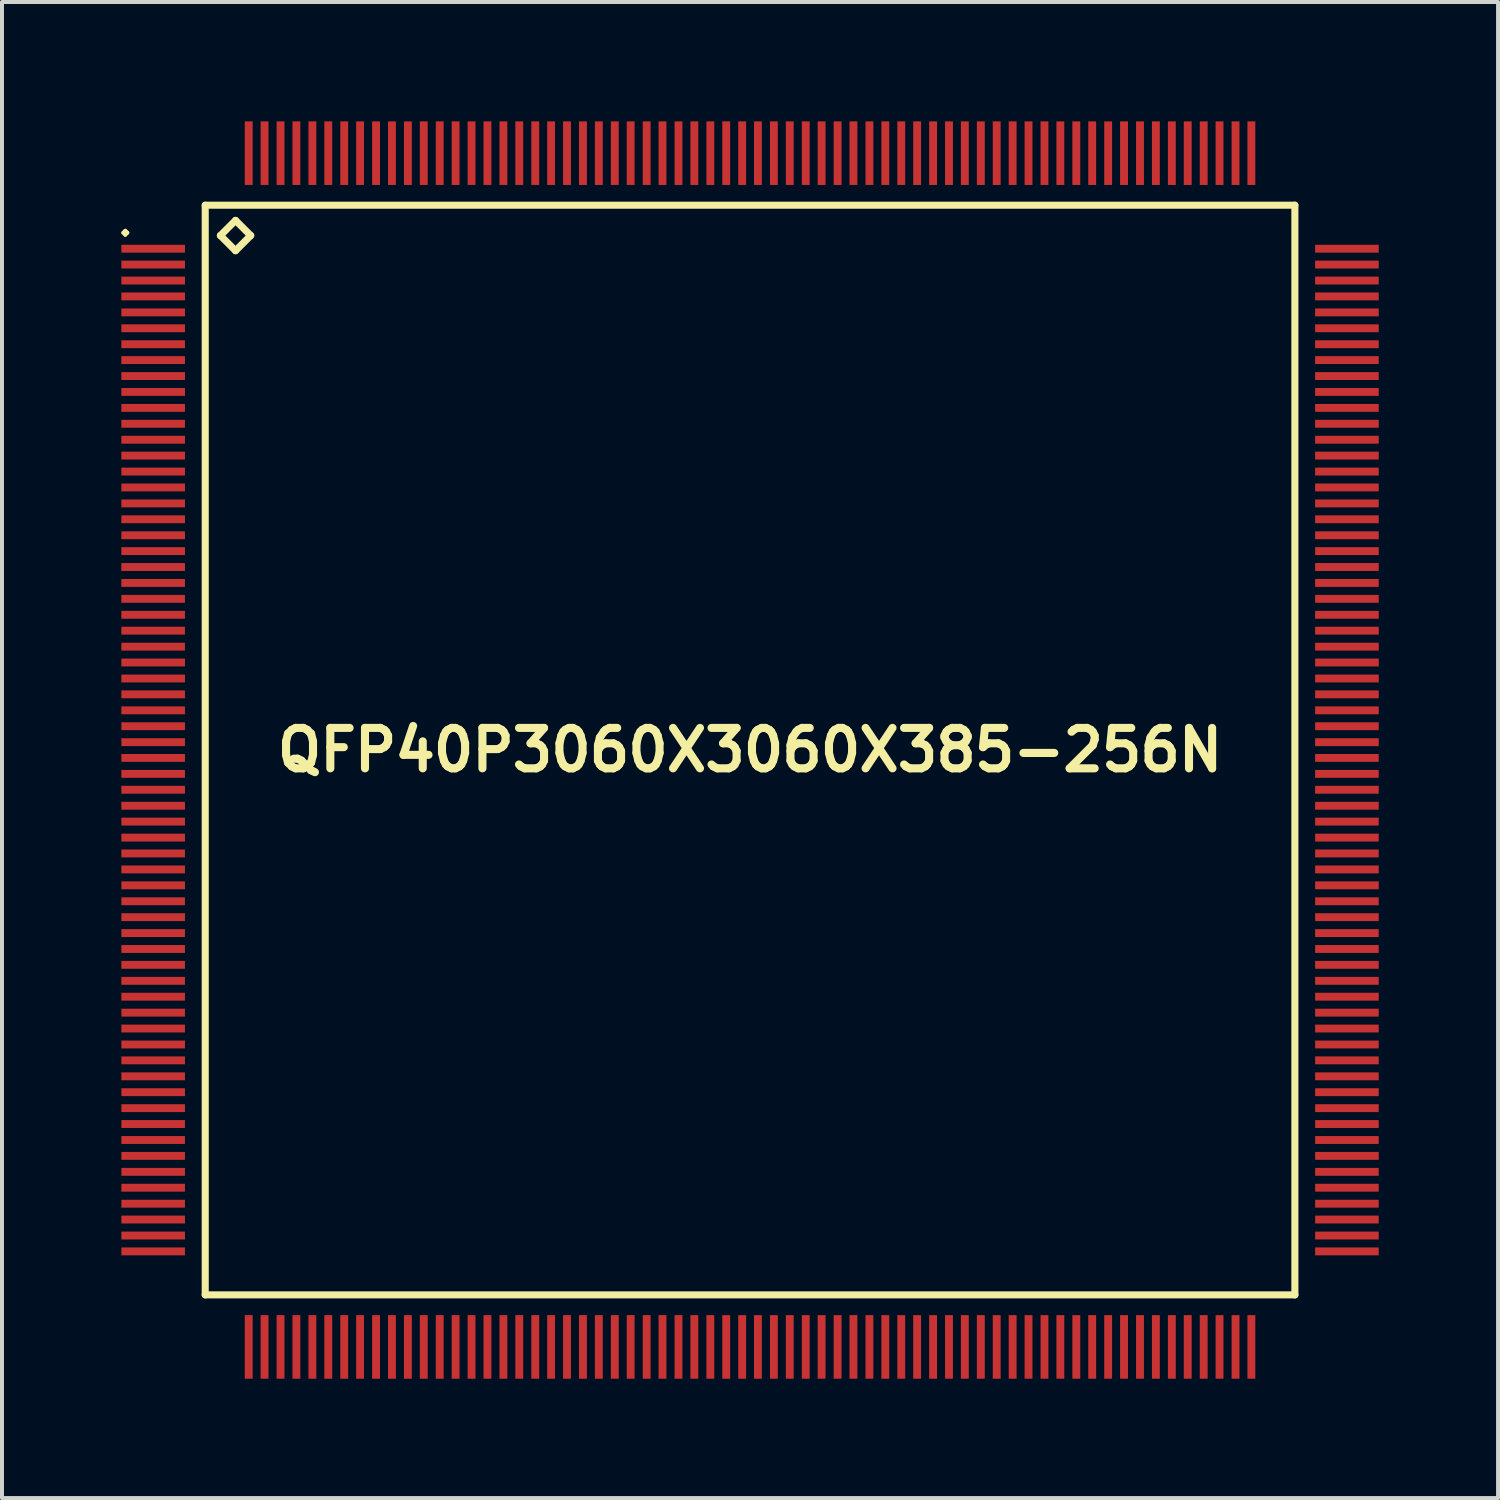
<source format=kicad_pcb>
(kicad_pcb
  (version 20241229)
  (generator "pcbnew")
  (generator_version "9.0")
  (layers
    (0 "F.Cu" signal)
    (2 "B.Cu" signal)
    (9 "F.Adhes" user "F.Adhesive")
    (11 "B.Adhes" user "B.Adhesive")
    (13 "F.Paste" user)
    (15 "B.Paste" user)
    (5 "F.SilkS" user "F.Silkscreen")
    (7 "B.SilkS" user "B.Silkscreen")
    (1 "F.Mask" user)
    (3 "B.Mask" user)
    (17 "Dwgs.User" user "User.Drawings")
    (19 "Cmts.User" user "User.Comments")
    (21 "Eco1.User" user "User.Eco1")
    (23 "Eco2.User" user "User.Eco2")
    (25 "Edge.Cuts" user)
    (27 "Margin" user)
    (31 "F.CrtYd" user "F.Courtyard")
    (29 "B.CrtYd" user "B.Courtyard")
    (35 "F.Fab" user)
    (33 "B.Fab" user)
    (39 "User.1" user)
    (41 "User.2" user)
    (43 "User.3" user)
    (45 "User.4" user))
  (footprint "QFP40P3060X3060X385-256N"
    (layer "F.Cu")
    (at 15.798 15.798)
    (property "Reference" "QFP40P3060X3060X385-256N" (at 0 0 0) (layer "F.SilkS") (effects (font (size 1.016 1.016) (thickness 0.203))))
    (attr smd)
    (fp_line (start -15.748 -13) (end -15.7 -13.048) (stroke (width 0.099) (type solid)) (layer "F.SilkS"))
    (fp_line (start -15.7 -13.048) (end -15.649 -13) (stroke (width 0.099) (type solid)) (layer "F.SilkS"))
    (fp_line (start -15.7 -12.949) (end -15.748 -13) (stroke (width 0.099) (type solid)) (layer "F.SilkS"))
    (fp_line (start -15.649 -13) (end -15.7 -12.949) (stroke (width 0.099) (type solid)) (layer "F.SilkS"))
    (fp_line (start -13.691 -13.691) (end -13.691 13.691) (stroke (width 0.178) (type solid)) (layer "F.SilkS"))
    (fp_line (start -13.691 13.691) (end 13.691 13.691) (stroke (width 0.178) (type solid)) (layer "F.SilkS"))
    (fp_line (start -13.31 -12.929) (end -12.929 -13.31) (stroke (width 0.178) (type solid)) (layer "F.SilkS"))
    (fp_line (start -12.929 -13.31) (end -12.548 -12.929) (stroke (width 0.178) (type solid)) (layer "F.SilkS"))
    (fp_line (start -12.929 -12.548) (end -13.31 -12.929) (stroke (width 0.178) (type solid)) (layer "F.SilkS"))
    (fp_line (start -12.548 -12.929) (end -12.929 -12.548) (stroke (width 0.178) (type solid)) (layer "F.SilkS"))
    (fp_line (start 13.691 -13.691) (end -13.691 -13.691) (stroke (width 0.178) (type solid)) (layer "F.SilkS"))
    (fp_line (start 13.691 13.691) (end 13.691 -13.691) (stroke (width 0.178) (type solid)) (layer "F.SilkS"))
    (pad "1" smd rect (at -14.999 -12.598) (size 1.598 0.198) (layers "F.Cu" "F.Mask" "F.Paste"))
    (pad "2" smd rect (at -14.999 -12.2) (size 1.598 0.198) (layers "F.Cu" "F.Mask" "F.Paste"))
    (pad "3" smd rect (at -14.999 -11.798) (size 1.598 0.198) (layers "F.Cu" "F.Mask" "F.Paste"))
    (pad "4" smd rect (at -14.999 -11.4) (size 1.598 0.198) (layers "F.Cu" "F.Mask" "F.Paste"))
    (pad "5" smd rect (at -14.999 -10.998) (size 1.598 0.198) (layers "F.Cu" "F.Mask" "F.Paste"))
    (pad "6" smd rect (at -14.999 -10.599) (size 1.598 0.198) (layers "F.Cu" "F.Mask" "F.Paste"))
    (pad "7" smd rect (at -14.999 -10.198) (size 1.598 0.198) (layers "F.Cu" "F.Mask" "F.Paste"))
    (pad "8" smd rect (at -14.999 -9.799) (size 1.598 0.198) (layers "F.Cu" "F.Mask" "F.Paste"))
    (pad "9" smd rect (at -14.999 -9.398) (size 1.598 0.198) (layers "F.Cu" "F.Mask" "F.Paste"))
    (pad "10" smd rect (at -14.999 -8.999) (size 1.598 0.198) (layers "F.Cu" "F.Mask" "F.Paste"))
    (pad "11" smd rect (at -14.999 -8.598) (size 1.598 0.198) (layers "F.Cu" "F.Mask" "F.Paste"))
    (pad "12" smd rect (at -14.999 -8.199) (size 1.598 0.198) (layers "F.Cu" "F.Mask" "F.Paste"))
    (pad "13" smd rect (at -14.999 -7.798) (size 1.598 0.198) (layers "F.Cu" "F.Mask" "F.Paste"))
    (pad "14" smd rect (at -14.999 -7.399) (size 1.598 0.198) (layers "F.Cu" "F.Mask" "F.Paste"))
    (pad "15" smd rect (at -14.999 -6.998) (size 1.598 0.198) (layers "F.Cu" "F.Mask" "F.Paste"))
    (pad "16" smd rect (at -14.999 -6.599) (size 1.598 0.198) (layers "F.Cu" "F.Mask" "F.Paste"))
    (pad "17" smd rect (at -14.999 -6.198) (size 1.598 0.198) (layers "F.Cu" "F.Mask" "F.Paste"))
    (pad "18" smd rect (at -14.999 -5.799) (size 1.598 0.198) (layers "F.Cu" "F.Mask" "F.Paste"))
    (pad "19" smd rect (at -14.999 -5.397) (size 1.598 0.198) (layers "F.Cu" "F.Mask" "F.Paste"))
    (pad "20" smd rect (at -14.999 -4.999) (size 1.598 0.198) (layers "F.Cu" "F.Mask" "F.Paste"))
    (pad "21" smd rect (at -14.999 -4.6) (size 1.598 0.198) (layers "F.Cu" "F.Mask" "F.Paste"))
    (pad "22" smd rect (at -14.999 -4.199) (size 1.598 0.198) (layers "F.Cu" "F.Mask" "F.Paste"))
    (pad "23" smd rect (at -14.999 -3.8) (size 1.598 0.198) (layers "F.Cu" "F.Mask" "F.Paste"))
    (pad "24" smd rect (at -14.999 -3.399) (size 1.598 0.198) (layers "F.Cu" "F.Mask" "F.Paste"))
    (pad "25" smd rect (at -14.999 -3) (size 1.598 0.198) (layers "F.Cu" "F.Mask" "F.Paste"))
    (pad "26" smd rect (at -14.999 -2.598) (size 1.598 0.198) (layers "F.Cu" "F.Mask" "F.Paste"))
    (pad "27" smd rect (at -14.999 -2.2) (size 1.598 0.198) (layers "F.Cu" "F.Mask" "F.Paste"))
    (pad "28" smd rect (at -14.999 -1.798) (size 1.598 0.198) (layers "F.Cu" "F.Mask" "F.Paste"))
    (pad "29" smd rect (at -14.999 -1.4) (size 1.598 0.198) (layers "F.Cu" "F.Mask" "F.Paste"))
    (pad "30" smd rect (at -14.999 -0.998) (size 1.598 0.198) (layers "F.Cu" "F.Mask" "F.Paste"))
    (pad "31" smd rect (at -14.999 -0.599) (size 1.598 0.198) (layers "F.Cu" "F.Mask" "F.Paste"))
    (pad "32" smd rect (at -14.999 -0.198) (size 1.598 0.198) (layers "F.Cu" "F.Mask" "F.Paste"))
    (pad "33" smd rect (at -14.999 0.198) (size 1.598 0.198) (layers "F.Cu" "F.Mask" "F.Paste"))
    (pad "34" smd rect (at -14.999 0.599) (size 1.598 0.198) (layers "F.Cu" "F.Mask" "F.Paste"))
    (pad "35" smd rect (at -14.999 0.998) (size 1.598 0.198) (layers "F.Cu" "F.Mask" "F.Paste"))
    (pad "36" smd rect (at -14.999 1.4) (size 1.598 0.198) (layers "F.Cu" "F.Mask" "F.Paste"))
    (pad "37" smd rect (at -14.999 1.798) (size 1.598 0.198) (layers "F.Cu" "F.Mask" "F.Paste"))
    (pad "38" smd rect (at -14.999 2.2) (size 1.598 0.198) (layers "F.Cu" "F.Mask" "F.Paste"))
    (pad "39" smd rect (at -14.999 2.598) (size 1.598 0.198) (layers "F.Cu" "F.Mask" "F.Paste"))
    (pad "40" smd rect (at -14.999 3) (size 1.598 0.198) (layers "F.Cu" "F.Mask" "F.Paste"))
    (pad "41" smd rect (at -14.999 3.399) (size 1.598 0.198) (layers "F.Cu" "F.Mask" "F.Paste"))
    (pad "42" smd rect (at -14.999 3.8) (size 1.598 0.198) (layers "F.Cu" "F.Mask" "F.Paste"))
    (pad "43" smd rect (at -14.999 4.199) (size 1.598 0.198) (layers "F.Cu" "F.Mask" "F.Paste"))
    (pad "44" smd rect (at -14.999 4.6) (size 1.598 0.198) (layers "F.Cu" "F.Mask" "F.Paste"))
    (pad "45" smd rect (at -14.999 4.999) (size 1.598 0.198) (layers "F.Cu" "F.Mask" "F.Paste"))
    (pad "46" smd rect (at -14.999 5.397) (size 1.598 0.198) (layers "F.Cu" "F.Mask" "F.Paste"))
    (pad "47" smd rect (at -14.999 5.799) (size 1.598 0.198) (layers "F.Cu" "F.Mask" "F.Paste"))
    (pad "48" smd rect (at -14.999 6.198) (size 1.598 0.198) (layers "F.Cu" "F.Mask" "F.Paste"))
    (pad "49" smd rect (at -14.999 6.599) (size 1.598 0.198) (layers "F.Cu" "F.Mask" "F.Paste"))
    (pad "50" smd rect (at -14.999 6.998) (size 1.598 0.198) (layers "F.Cu" "F.Mask" "F.Paste"))
    (pad "51" smd rect (at -14.999 7.399) (size 1.598 0.198) (layers "F.Cu" "F.Mask" "F.Paste"))
    (pad "52" smd rect (at -14.999 7.798) (size 1.598 0.198) (layers "F.Cu" "F.Mask" "F.Paste"))
    (pad "53" smd rect (at -14.999 8.199) (size 1.598 0.198) (layers "F.Cu" "F.Mask" "F.Paste"))
    (pad "54" smd rect (at -14.999 8.598) (size 1.598 0.198) (layers "F.Cu" "F.Mask" "F.Paste"))
    (pad "55" smd rect (at -14.999 8.999) (size 1.598 0.198) (layers "F.Cu" "F.Mask" "F.Paste"))
    (pad "56" smd rect (at -14.999 9.398) (size 1.598 0.198) (layers "F.Cu" "F.Mask" "F.Paste"))
    (pad "57" smd rect (at -14.999 9.799) (size 1.598 0.198) (layers "F.Cu" "F.Mask" "F.Paste"))
    (pad "58" smd rect (at -14.999 10.198) (size 1.598 0.198) (layers "F.Cu" "F.Mask" "F.Paste"))
    (pad "59" smd rect (at -14.999 10.599) (size 1.598 0.198) (layers "F.Cu" "F.Mask" "F.Paste"))
    (pad "60" smd rect (at -14.999 10.998) (size 1.598 0.198) (layers "F.Cu" "F.Mask" "F.Paste"))
    (pad "61" smd rect (at -14.999 11.4) (size 1.598 0.198) (layers "F.Cu" "F.Mask" "F.Paste"))
    (pad "62" smd rect (at -14.999 11.798) (size 1.598 0.198) (layers "F.Cu" "F.Mask" "F.Paste"))
    (pad "63" smd rect (at -14.999 12.2) (size 1.598 0.198) (layers "F.Cu" "F.Mask" "F.Paste"))
    (pad "64" smd rect (at -14.999 12.598) (size 1.598 0.198) (layers "F.Cu" "F.Mask" "F.Paste"))
    (pad "65" smd rect (at -12.598 14.999) (size 0.198 1.598) (layers "F.Cu" "F.Mask" "F.Paste"))
    (pad "66" smd rect (at -12.2 14.999) (size 0.198 1.598) (layers "F.Cu" "F.Mask" "F.Paste"))
    (pad "67" smd rect (at -11.798 14.999) (size 0.198 1.598) (layers "F.Cu" "F.Mask" "F.Paste"))
    (pad "68" smd rect (at -11.4 14.999) (size 0.198 1.598) (layers "F.Cu" "F.Mask" "F.Paste"))
    (pad "69" smd rect (at -10.998 14.999) (size 0.198 1.598) (layers "F.Cu" "F.Mask" "F.Paste"))
    (pad "70" smd rect (at -10.599 14.999) (size 0.198 1.598) (layers "F.Cu" "F.Mask" "F.Paste"))
    (pad "71" smd rect (at -10.198 14.999) (size 0.198 1.598) (layers "F.Cu" "F.Mask" "F.Paste"))
    (pad "72" smd rect (at -9.799 14.999) (size 0.198 1.598) (layers "F.Cu" "F.Mask" "F.Paste"))
    (pad "73" smd rect (at -9.398 14.999) (size 0.198 1.598) (layers "F.Cu" "F.Mask" "F.Paste"))
    (pad "74" smd rect (at -8.999 14.999) (size 0.198 1.598) (layers "F.Cu" "F.Mask" "F.Paste"))
    (pad "75" smd rect (at -8.598 14.999) (size 0.198 1.598) (layers "F.Cu" "F.Mask" "F.Paste"))
    (pad "76" smd rect (at -8.199 14.999) (size 0.198 1.598) (layers "F.Cu" "F.Mask" "F.Paste"))
    (pad "77" smd rect (at -7.798 14.999) (size 0.198 1.598) (layers "F.Cu" "F.Mask" "F.Paste"))
    (pad "78" smd rect (at -7.399 14.999) (size 0.198 1.598) (layers "F.Cu" "F.Mask" "F.Paste"))
    (pad "79" smd rect (at -6.998 14.999) (size 0.198 1.598) (layers "F.Cu" "F.Mask" "F.Paste"))
    (pad "80" smd rect (at -6.599 14.999) (size 0.198 1.598) (layers "F.Cu" "F.Mask" "F.Paste"))
    (pad "81" smd rect (at -6.198 14.999) (size 0.198 1.598) (layers "F.Cu" "F.Mask" "F.Paste"))
    (pad "82" smd rect (at -5.799 14.999) (size 0.198 1.598) (layers "F.Cu" "F.Mask" "F.Paste"))
    (pad "83" smd rect (at -5.397 14.999) (size 0.198 1.598) (layers "F.Cu" "F.Mask" "F.Paste"))
    (pad "84" smd rect (at -4.999 14.999) (size 0.198 1.598) (layers "F.Cu" "F.Mask" "F.Paste"))
    (pad "85" smd rect (at -4.6 14.999) (size 0.198 1.598) (layers "F.Cu" "F.Mask" "F.Paste"))
    (pad "86" smd rect (at -4.199 14.999) (size 0.198 1.598) (layers "F.Cu" "F.Mask" "F.Paste"))
    (pad "87" smd rect (at -3.8 14.999) (size 0.198 1.598) (layers "F.Cu" "F.Mask" "F.Paste"))
    (pad "88" smd rect (at -3.399 14.999) (size 0.198 1.598) (layers "F.Cu" "F.Mask" "F.Paste"))
    (pad "89" smd rect (at -3 14.999) (size 0.198 1.598) (layers "F.Cu" "F.Mask" "F.Paste"))
    (pad "90" smd rect (at -2.598 14.999) (size 0.198 1.598) (layers "F.Cu" "F.Mask" "F.Paste"))
    (pad "91" smd rect (at -2.2 14.999) (size 0.198 1.598) (layers "F.Cu" "F.Mask" "F.Paste"))
    (pad "92" smd rect (at -1.798 14.999) (size 0.198 1.598) (layers "F.Cu" "F.Mask" "F.Paste"))
    (pad "93" smd rect (at -1.4 14.999) (size 0.198 1.598) (layers "F.Cu" "F.Mask" "F.Paste"))
    (pad "94" smd rect (at -0.998 14.999) (size 0.198 1.598) (layers "F.Cu" "F.Mask" "F.Paste"))
    (pad "95" smd rect (at -0.599 14.999) (size 0.198 1.598) (layers "F.Cu" "F.Mask" "F.Paste"))
    (pad "96" smd rect (at -0.198 14.999) (size 0.198 1.598) (layers "F.Cu" "F.Mask" "F.Paste"))
    (pad "97" smd rect (at 0.198 14.999) (size 0.198 1.598) (layers "F.Cu" "F.Mask" "F.Paste"))
    (pad "98" smd rect (at 0.599 14.999) (size 0.198 1.598) (layers "F.Cu" "F.Mask" "F.Paste"))
    (pad "99" smd rect (at 0.998 14.999) (size 0.198 1.598) (layers "F.Cu" "F.Mask" "F.Paste"))
    (pad "100" smd rect (at 1.4 14.999) (size 0.198 1.598) (layers "F.Cu" "F.Mask" "F.Paste"))
    (pad "101" smd rect (at 1.798 14.999) (size 0.198 1.598) (layers "F.Cu" "F.Mask" "F.Paste"))
    (pad "102" smd rect (at 2.2 14.999) (size 0.198 1.598) (layers "F.Cu" "F.Mask" "F.Paste"))
    (pad "103" smd rect (at 2.598 14.999) (size 0.198 1.598) (layers "F.Cu" "F.Mask" "F.Paste"))
    (pad "104" smd rect (at 3 14.999) (size 0.198 1.598) (layers "F.Cu" "F.Mask" "F.Paste"))
    (pad "105" smd rect (at 3.399 14.999) (size 0.198 1.598) (layers "F.Cu" "F.Mask" "F.Paste"))
    (pad "106" smd rect (at 3.8 14.999) (size 0.198 1.598) (layers "F.Cu" "F.Mask" "F.Paste"))
    (pad "107" smd rect (at 4.199 14.999) (size 0.198 1.598) (layers "F.Cu" "F.Mask" "F.Paste"))
    (pad "108" smd rect (at 4.6 14.999) (size 0.198 1.598) (layers "F.Cu" "F.Mask" "F.Paste"))
    (pad "109" smd rect (at 4.999 14.999) (size 0.198 1.598) (layers "F.Cu" "F.Mask" "F.Paste"))
    (pad "110" smd rect (at 5.397 14.999) (size 0.198 1.598) (layers "F.Cu" "F.Mask" "F.Paste"))
    (pad "111" smd rect (at 5.799 14.999) (size 0.198 1.598) (layers "F.Cu" "F.Mask" "F.Paste"))
    (pad "112" smd rect (at 6.198 14.999) (size 0.198 1.598) (layers "F.Cu" "F.Mask" "F.Paste"))
    (pad "113" smd rect (at 6.599 14.999) (size 0.198 1.598) (layers "F.Cu" "F.Mask" "F.Paste"))
    (pad "114" smd rect (at 6.998 14.999) (size 0.198 1.598) (layers "F.Cu" "F.Mask" "F.Paste"))
    (pad "115" smd rect (at 7.399 14.999) (size 0.198 1.598) (layers "F.Cu" "F.Mask" "F.Paste"))
    (pad "116" smd rect (at 7.798 14.999) (size 0.198 1.598) (layers "F.Cu" "F.Mask" "F.Paste"))
    (pad "117" smd rect (at 8.199 14.999) (size 0.198 1.598) (layers "F.Cu" "F.Mask" "F.Paste"))
    (pad "118" smd rect (at 8.598 14.999) (size 0.198 1.598) (layers "F.Cu" "F.Mask" "F.Paste"))
    (pad "119" smd rect (at 8.999 14.999) (size 0.198 1.598) (layers "F.Cu" "F.Mask" "F.Paste"))
    (pad "120" smd rect (at 9.398 14.999) (size 0.198 1.598) (layers "F.Cu" "F.Mask" "F.Paste"))
    (pad "121" smd rect (at 9.799 14.999) (size 0.198 1.598) (layers "F.Cu" "F.Mask" "F.Paste"))
    (pad "122" smd rect (at 10.198 14.999) (size 0.198 1.598) (layers "F.Cu" "F.Mask" "F.Paste"))
    (pad "123" smd rect (at 10.599 14.999) (size 0.198 1.598) (layers "F.Cu" "F.Mask" "F.Paste"))
    (pad "124" smd rect (at 10.998 14.999) (size 0.198 1.598) (layers "F.Cu" "F.Mask" "F.Paste"))
    (pad "125" smd rect (at 11.4 14.999) (size 0.198 1.598) (layers "F.Cu" "F.Mask" "F.Paste"))
    (pad "126" smd rect (at 11.798 14.999) (size 0.198 1.598) (layers "F.Cu" "F.Mask" "F.Paste"))
    (pad "127" smd rect (at 12.2 14.999) (size 0.198 1.598) (layers "F.Cu" "F.Mask" "F.Paste"))
    (pad "128" smd rect (at 12.598 14.999) (size 0.198 1.598) (layers "F.Cu" "F.Mask" "F.Paste"))
    (pad "129" smd rect (at 14.999 12.598) (size 1.598 0.198) (layers "F.Cu" "F.Mask" "F.Paste"))
    (pad "130" smd rect (at 14.999 12.2) (size 1.598 0.198) (layers "F.Cu" "F.Mask" "F.Paste"))
    (pad "131" smd rect (at 14.999 11.798) (size 1.598 0.198) (layers "F.Cu" "F.Mask" "F.Paste"))
    (pad "132" smd rect (at 14.999 11.4) (size 1.598 0.198) (layers "F.Cu" "F.Mask" "F.Paste"))
    (pad "133" smd rect (at 14.999 10.998) (size 1.598 0.198) (layers "F.Cu" "F.Mask" "F.Paste"))
    (pad "134" smd rect (at 14.999 10.599) (size 1.598 0.198) (layers "F.Cu" "F.Mask" "F.Paste"))
    (pad "135" smd rect (at 14.999 10.198) (size 1.598 0.198) (layers "F.Cu" "F.Mask" "F.Paste"))
    (pad "136" smd rect (at 14.999 9.799) (size 1.598 0.198) (layers "F.Cu" "F.Mask" "F.Paste"))
    (pad "137" smd rect (at 14.999 9.398) (size 1.598 0.198) (layers "F.Cu" "F.Mask" "F.Paste"))
    (pad "138" smd rect (at 14.999 8.999) (size 1.598 0.198) (layers "F.Cu" "F.Mask" "F.Paste"))
    (pad "139" smd rect (at 14.999 8.598) (size 1.598 0.198) (layers "F.Cu" "F.Mask" "F.Paste"))
    (pad "140" smd rect (at 14.999 8.199) (size 1.598 0.198) (layers "F.Cu" "F.Mask" "F.Paste"))
    (pad "141" smd rect (at 14.999 7.798) (size 1.598 0.198) (layers "F.Cu" "F.Mask" "F.Paste"))
    (pad "142" smd rect (at 14.999 7.399) (size 1.598 0.198) (layers "F.Cu" "F.Mask" "F.Paste"))
    (pad "143" smd rect (at 14.999 6.998) (size 1.598 0.198) (layers "F.Cu" "F.Mask" "F.Paste"))
    (pad "144" smd rect (at 14.999 6.599) (size 1.598 0.198) (layers "F.Cu" "F.Mask" "F.Paste"))
    (pad "145" smd rect (at 14.999 6.198) (size 1.598 0.198) (layers "F.Cu" "F.Mask" "F.Paste"))
    (pad "146" smd rect (at 14.999 5.799) (size 1.598 0.198) (layers "F.Cu" "F.Mask" "F.Paste"))
    (pad "147" smd rect (at 14.999 5.397) (size 1.598 0.198) (layers "F.Cu" "F.Mask" "F.Paste"))
    (pad "148" smd rect (at 14.999 4.999) (size 1.598 0.198) (layers "F.Cu" "F.Mask" "F.Paste"))
    (pad "149" smd rect (at 14.999 4.6) (size 1.598 0.198) (layers "F.Cu" "F.Mask" "F.Paste"))
    (pad "150" smd rect (at 14.999 4.199) (size 1.598 0.198) (layers "F.Cu" "F.Mask" "F.Paste"))
    (pad "151" smd rect (at 14.999 3.8) (size 1.598 0.198) (layers "F.Cu" "F.Mask" "F.Paste"))
    (pad "152" smd rect (at 14.999 3.399) (size 1.598 0.198) (layers "F.Cu" "F.Mask" "F.Paste"))
    (pad "153" smd rect (at 14.999 3) (size 1.598 0.198) (layers "F.Cu" "F.Mask" "F.Paste"))
    (pad "154" smd rect (at 14.999 2.598) (size 1.598 0.198) (layers "F.Cu" "F.Mask" "F.Paste"))
    (pad "155" smd rect (at 14.999 2.2) (size 1.598 0.198) (layers "F.Cu" "F.Mask" "F.Paste"))
    (pad "156" smd rect (at 14.999 1.798) (size 1.598 0.198) (layers "F.Cu" "F.Mask" "F.Paste"))
    (pad "157" smd rect (at 14.999 1.4) (size 1.598 0.198) (layers "F.Cu" "F.Mask" "F.Paste"))
    (pad "158" smd rect (at 14.999 0.998) (size 1.598 0.198) (layers "F.Cu" "F.Mask" "F.Paste"))
    (pad "159" smd rect (at 14.999 0.599) (size 1.598 0.198) (layers "F.Cu" "F.Mask" "F.Paste"))
    (pad "160" smd rect (at 14.999 0.198) (size 1.598 0.198) (layers "F.Cu" "F.Mask" "F.Paste"))
    (pad "161" smd rect (at 14.999 -0.198) (size 1.598 0.198) (layers "F.Cu" "F.Mask" "F.Paste"))
    (pad "162" smd rect (at 14.999 -0.599) (size 1.598 0.198) (layers "F.Cu" "F.Mask" "F.Paste"))
    (pad "163" smd rect (at 14.999 -0.998) (size 1.598 0.198) (layers "F.Cu" "F.Mask" "F.Paste"))
    (pad "164" smd rect (at 14.999 -1.4) (size 1.598 0.198) (layers "F.Cu" "F.Mask" "F.Paste"))
    (pad "165" smd rect (at 14.999 -1.798) (size 1.598 0.198) (layers "F.Cu" "F.Mask" "F.Paste"))
    (pad "166" smd rect (at 14.999 -2.2) (size 1.598 0.198) (layers "F.Cu" "F.Mask" "F.Paste"))
    (pad "167" smd rect (at 14.999 -2.598) (size 1.598 0.198) (layers "F.Cu" "F.Mask" "F.Paste"))
    (pad "168" smd rect (at 14.999 -3) (size 1.598 0.198) (layers "F.Cu" "F.Mask" "F.Paste"))
    (pad "169" smd rect (at 14.999 -3.399) (size 1.598 0.198) (layers "F.Cu" "F.Mask" "F.Paste"))
    (pad "170" smd rect (at 14.999 -3.8) (size 1.598 0.198) (layers "F.Cu" "F.Mask" "F.Paste"))
    (pad "171" smd rect (at 14.999 -4.199) (size 1.598 0.198) (layers "F.Cu" "F.Mask" "F.Paste"))
    (pad "172" smd rect (at 14.999 -4.6) (size 1.598 0.198) (layers "F.Cu" "F.Mask" "F.Paste"))
    (pad "173" smd rect (at 14.999 -4.999) (size 1.598 0.198) (layers "F.Cu" "F.Mask" "F.Paste"))
    (pad "174" smd rect (at 14.999 -5.397) (size 1.598 0.198) (layers "F.Cu" "F.Mask" "F.Paste"))
    (pad "175" smd rect (at 14.999 -5.799) (size 1.598 0.198) (layers "F.Cu" "F.Mask" "F.Paste"))
    (pad "176" smd rect (at 14.999 -6.198) (size 1.598 0.198) (layers "F.Cu" "F.Mask" "F.Paste"))
    (pad "177" smd rect (at 14.999 -6.599) (size 1.598 0.198) (layers "F.Cu" "F.Mask" "F.Paste"))
    (pad "178" smd rect (at 14.999 -6.998) (size 1.598 0.198) (layers "F.Cu" "F.Mask" "F.Paste"))
    (pad "179" smd rect (at 14.999 -7.399) (size 1.598 0.198) (layers "F.Cu" "F.Mask" "F.Paste"))
    (pad "180" smd rect (at 14.999 -7.798) (size 1.598 0.198) (layers "F.Cu" "F.Mask" "F.Paste"))
    (pad "181" smd rect (at 14.999 -8.199) (size 1.598 0.198) (layers "F.Cu" "F.Mask" "F.Paste"))
    (pad "182" smd rect (at 14.999 -8.598) (size 1.598 0.198) (layers "F.Cu" "F.Mask" "F.Paste"))
    (pad "183" smd rect (at 14.999 -8.999) (size 1.598 0.198) (layers "F.Cu" "F.Mask" "F.Paste"))
    (pad "184" smd rect (at 14.999 -9.398) (size 1.598 0.198) (layers "F.Cu" "F.Mask" "F.Paste"))
    (pad "185" smd rect (at 14.999 -9.799) (size 1.598 0.198) (layers "F.Cu" "F.Mask" "F.Paste"))
    (pad "186" smd rect (at 14.999 -10.198) (size 1.598 0.198) (layers "F.Cu" "F.Mask" "F.Paste"))
    (pad "187" smd rect (at 14.999 -10.599) (size 1.598 0.198) (layers "F.Cu" "F.Mask" "F.Paste"))
    (pad "188" smd rect (at 14.999 -10.998) (size 1.598 0.198) (layers "F.Cu" "F.Mask" "F.Paste"))
    (pad "189" smd rect (at 14.999 -11.4) (size 1.598 0.198) (layers "F.Cu" "F.Mask" "F.Paste"))
    (pad "190" smd rect (at 14.999 -11.798) (size 1.598 0.198) (layers "F.Cu" "F.Mask" "F.Paste"))
    (pad "191" smd rect (at 14.999 -12.2) (size 1.598 0.198) (layers "F.Cu" "F.Mask" "F.Paste"))
    (pad "192" smd rect (at 14.999 -12.598) (size 1.598 0.198) (layers "F.Cu" "F.Mask" "F.Paste"))
    (pad "193" smd rect (at 12.598 -14.999) (size 0.198 1.598) (layers "F.Cu" "F.Mask" "F.Paste"))
    (pad "194" smd rect (at 12.2 -14.999) (size 0.198 1.598) (layers "F.Cu" "F.Mask" "F.Paste"))
    (pad "195" smd rect (at 11.798 -14.999) (size 0.198 1.598) (layers "F.Cu" "F.Mask" "F.Paste"))
    (pad "196" smd rect (at 11.4 -14.999) (size 0.198 1.598) (layers "F.Cu" "F.Mask" "F.Paste"))
    (pad "197" smd rect (at 10.998 -14.999) (size 0.198 1.598) (layers "F.Cu" "F.Mask" "F.Paste"))
    (pad "198" smd rect (at 10.599 -14.999) (size 0.198 1.598) (layers "F.Cu" "F.Mask" "F.Paste"))
    (pad "199" smd rect (at 10.198 -14.999) (size 0.198 1.598) (layers "F.Cu" "F.Mask" "F.Paste"))
    (pad "200" smd rect (at 9.799 -14.999) (size 0.198 1.598) (layers "F.Cu" "F.Mask" "F.Paste"))
    (pad "201" smd rect (at 9.398 -14.999) (size 0.198 1.598) (layers "F.Cu" "F.Mask" "F.Paste"))
    (pad "202" smd rect (at 8.999 -14.999) (size 0.198 1.598) (layers "F.Cu" "F.Mask" "F.Paste"))
    (pad "203" smd rect (at 8.598 -14.999) (size 0.198 1.598) (layers "F.Cu" "F.Mask" "F.Paste"))
    (pad "204" smd rect (at 8.199 -14.999) (size 0.198 1.598) (layers "F.Cu" "F.Mask" "F.Paste"))
    (pad "205" smd rect (at 7.798 -14.999) (size 0.198 1.598) (layers "F.Cu" "F.Mask" "F.Paste"))
    (pad "206" smd rect (at 7.399 -14.999) (size 0.198 1.598) (layers "F.Cu" "F.Mask" "F.Paste"))
    (pad "207" smd rect (at 6.998 -14.999) (size 0.198 1.598) (layers "F.Cu" "F.Mask" "F.Paste"))
    (pad "208" smd rect (at 6.599 -14.999) (size 0.198 1.598) (layers "F.Cu" "F.Mask" "F.Paste"))
    (pad "209" smd rect (at 6.198 -14.999) (size 0.198 1.598) (layers "F.Cu" "F.Mask" "F.Paste"))
    (pad "210" smd rect (at 5.799 -14.999) (size 0.198 1.598) (layers "F.Cu" "F.Mask" "F.Paste"))
    (pad "211" smd rect (at 5.397 -14.999) (size 0.198 1.598) (layers "F.Cu" "F.Mask" "F.Paste"))
    (pad "212" smd rect (at 4.999 -14.999) (size 0.198 1.598) (layers "F.Cu" "F.Mask" "F.Paste"))
    (pad "213" smd rect (at 4.6 -14.999) (size 0.198 1.598) (layers "F.Cu" "F.Mask" "F.Paste"))
    (pad "214" smd rect (at 4.199 -14.999) (size 0.198 1.598) (layers "F.Cu" "F.Mask" "F.Paste"))
    (pad "215" smd rect (at 3.8 -14.999) (size 0.198 1.598) (layers "F.Cu" "F.Mask" "F.Paste"))
    (pad "216" smd rect (at 3.399 -14.999) (size 0.198 1.598) (layers "F.Cu" "F.Mask" "F.Paste"))
    (pad "217" smd rect (at 3 -14.999) (size 0.198 1.598) (layers "F.Cu" "F.Mask" "F.Paste"))
    (pad "218" smd rect (at 2.598 -14.999) (size 0.198 1.598) (layers "F.Cu" "F.Mask" "F.Paste"))
    (pad "219" smd rect (at 2.2 -14.999) (size 0.198 1.598) (layers "F.Cu" "F.Mask" "F.Paste"))
    (pad "220" smd rect (at 1.798 -14.999) (size 0.198 1.598) (layers "F.Cu" "F.Mask" "F.Paste"))
    (pad "221" smd rect (at 1.4 -14.999) (size 0.198 1.598) (layers "F.Cu" "F.Mask" "F.Paste"))
    (pad "222" smd rect (at 0.998 -14.999) (size 0.198 1.598) (layers "F.Cu" "F.Mask" "F.Paste"))
    (pad "223" smd rect (at 0.599 -14.999) (size 0.198 1.598) (layers "F.Cu" "F.Mask" "F.Paste"))
    (pad "224" smd rect (at 0.198 -14.999) (size 0.198 1.598) (layers "F.Cu" "F.Mask" "F.Paste"))
    (pad "225" smd rect (at -0.198 -14.999) (size 0.198 1.598) (layers "F.Cu" "F.Mask" "F.Paste"))
    (pad "226" smd rect (at -0.599 -14.999) (size 0.198 1.598) (layers "F.Cu" "F.Mask" "F.Paste"))
    (pad "227" smd rect (at -0.998 -14.999) (size 0.198 1.598) (layers "F.Cu" "F.Mask" "F.Paste"))
    (pad "228" smd rect (at -1.4 -14.999) (size 0.198 1.598) (layers "F.Cu" "F.Mask" "F.Paste"))
    (pad "229" smd rect (at -1.798 -14.999) (size 0.198 1.598) (layers "F.Cu" "F.Mask" "F.Paste"))
    (pad "230" smd rect (at -2.2 -14.999) (size 0.198 1.598) (layers "F.Cu" "F.Mask" "F.Paste"))
    (pad "231" smd rect (at -2.598 -14.999) (size 0.198 1.598) (layers "F.Cu" "F.Mask" "F.Paste"))
    (pad "232" smd rect (at -3 -14.999) (size 0.198 1.598) (layers "F.Cu" "F.Mask" "F.Paste"))
    (pad "233" smd rect (at -3.399 -14.999) (size 0.198 1.598) (layers "F.Cu" "F.Mask" "F.Paste"))
    (pad "234" smd rect (at -3.8 -14.999) (size 0.198 1.598) (layers "F.Cu" "F.Mask" "F.Paste"))
    (pad "235" smd rect (at -4.199 -14.999) (size 0.198 1.598) (layers "F.Cu" "F.Mask" "F.Paste"))
    (pad "236" smd rect (at -4.6 -14.999) (size 0.198 1.598) (layers "F.Cu" "F.Mask" "F.Paste"))
    (pad "237" smd rect (at -4.999 -14.999) (size 0.198 1.598) (layers "F.Cu" "F.Mask" "F.Paste"))
    (pad "238" smd rect (at -5.397 -14.999) (size 0.198 1.598) (layers "F.Cu" "F.Mask" "F.Paste"))
    (pad "239" smd rect (at -5.799 -14.999) (size 0.198 1.598) (layers "F.Cu" "F.Mask" "F.Paste"))
    (pad "240" smd rect (at -6.198 -14.999) (size 0.198 1.598) (layers "F.Cu" "F.Mask" "F.Paste"))
    (pad "241" smd rect (at -6.599 -14.999) (size 0.198 1.598) (layers "F.Cu" "F.Mask" "F.Paste"))
    (pad "242" smd rect (at -6.998 -14.999) (size 0.198 1.598) (layers "F.Cu" "F.Mask" "F.Paste"))
    (pad "243" smd rect (at -7.399 -14.999) (size 0.198 1.598) (layers "F.Cu" "F.Mask" "F.Paste"))
    (pad "244" smd rect (at -7.798 -14.999) (size 0.198 1.598) (layers "F.Cu" "F.Mask" "F.Paste"))
    (pad "245" smd rect (at -8.199 -14.999) (size 0.198 1.598) (layers "F.Cu" "F.Mask" "F.Paste"))
    (pad "246" smd rect (at -8.598 -14.999) (size 0.198 1.598) (layers "F.Cu" "F.Mask" "F.Paste"))
    (pad "247" smd rect (at -8.999 -14.999) (size 0.198 1.598) (layers "F.Cu" "F.Mask" "F.Paste"))
    (pad "248" smd rect (at -9.398 -14.999) (size 0.198 1.598) (layers "F.Cu" "F.Mask" "F.Paste"))
    (pad "249" smd rect (at -9.799 -14.999) (size 0.198 1.598) (layers "F.Cu" "F.Mask" "F.Paste"))
    (pad "250" smd rect (at -10.198 -14.999) (size 0.198 1.598) (layers "F.Cu" "F.Mask" "F.Paste"))
    (pad "251" smd rect (at -10.599 -14.999) (size 0.198 1.598) (layers "F.Cu" "F.Mask" "F.Paste"))
    (pad "252" smd rect (at -10.998 -14.999) (size 0.198 1.598) (layers "F.Cu" "F.Mask" "F.Paste"))
    (pad "253" smd rect (at -11.4 -14.999) (size 0.198 1.598) (layers "F.Cu" "F.Mask" "F.Paste"))
    (pad "254" smd rect (at -11.798 -14.999) (size 0.198 1.598) (layers "F.Cu" "F.Mask" "F.Paste"))
    (pad "255" smd rect (at -12.2 -14.999) (size 0.198 1.598) (layers "F.Cu" "F.Mask" "F.Paste"))
    (pad "256" smd rect (at -12.598 -14.999) (size 0.198 1.598) (layers "F.Cu" "F.Mask" "F.Paste")))
  (gr_rect
    (start -3 -3)
    (end 34.595 34.595)
    (stroke (width 0.1) (type default))
    (fill no)
    (layer "Edge.Cuts")))
</source>
